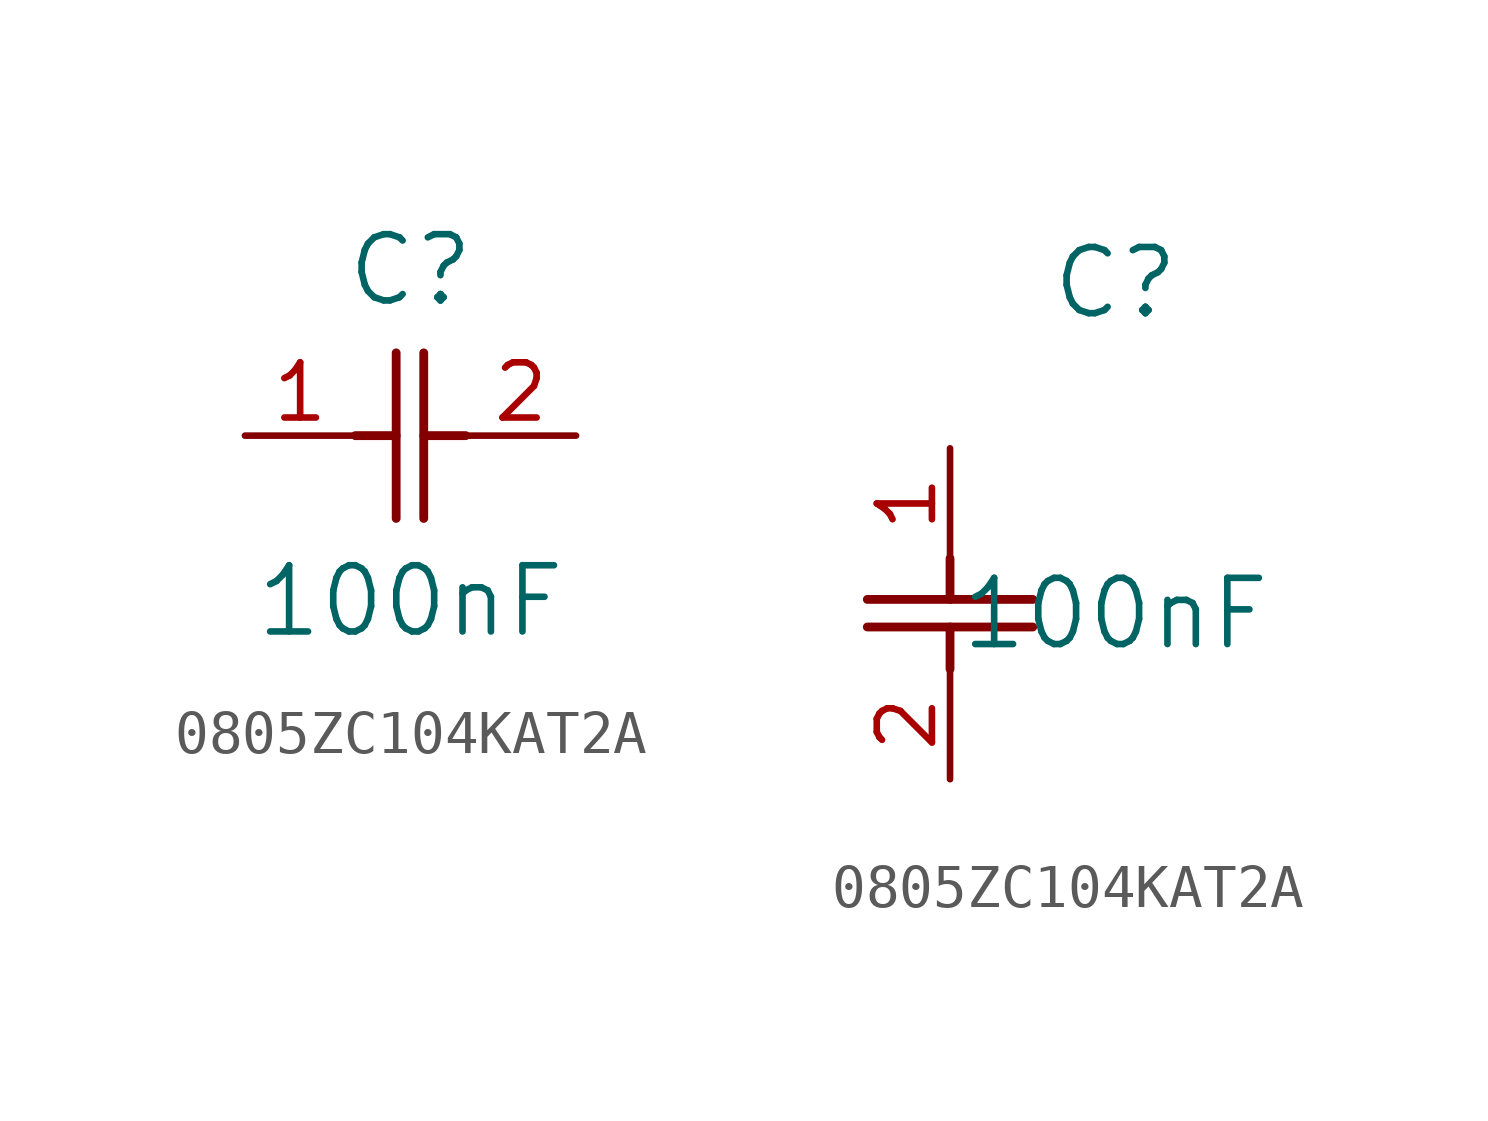
<source format=kicad_sym>
(kicad_symbol_lib
  (version 20220914)
  (generator kicad_symbol_editor)
  (symbol "0805ZC104KAT2A"
    (pin_names
      (offset 0.254))
    (property "Reference" "C"
      (at 3.81 3.81 0)
      (effects (font (size 1.524 1.524))))
    (property "Value" "100nF"
      (at 3.81 -3.81 0)
      (effects (font (size 1.524 1.524))))
    (symbol "0805ZC104KAT2A_1_1"
      (polyline (pts (xy 2.54 0) (xy 3.48 0)) (stroke (width 0.203) (type default)) (fill (type none)))
      (polyline (pts (xy 3.48 -1.905) (xy 3.48 1.905)) (stroke (width 0.203) (type default)) (fill (type none)))
      (polyline (pts (xy 4.115 -1.905) (xy 4.115 1.905)) (stroke (width 0.203) (type default)) (fill (type none)))
      (polyline (pts (xy 4.115 0) (xy 5.08 0)) (stroke (width 0.203) (type default)) (fill (type none)))
      (pin unspecified line (at 0 0 0) (length 2.54) (name "" (effects (font (size 1.27 1.27)))) (number "1" (effects (font (size 1.27 1.27)))))
      (pin unspecified line (at 7.62 0 180) (length 2.54) (name "" (effects (font (size 1.27 1.27)))) (number "2" (effects (font (size 1.27 1.27))))))
    (symbol "0805ZC104KAT2A_1_2"
      (polyline (pts (xy -1.905 -4.115) (xy 1.905 -4.115)) (stroke (width 0.203) (type default)) (fill (type none)))
      (polyline (pts (xy -1.905 -3.48) (xy 1.905 -3.48)) (stroke (width 0.203) (type default)) (fill (type none)))
      (polyline (pts (xy 0 -4.115) (xy 0 -5.08)) (stroke (width 0.203) (type default)) (fill (type none)))
      (polyline (pts (xy 0 -2.54) (xy 0 -3.48)) (stroke (width 0.203) (type default)) (fill (type none)))
      (pin unspecified line (at 0 0 270) (length 2.54) (name "" (effects (font (size 1.27 1.27)))) (number "1" (effects (font (size 1.27 1.27)))))
      (pin unspecified line (at 0 -7.62 90) (length 2.54) (name "" (effects (font (size 1.27 1.27)))) (number "2" (effects (font (size 1.27 1.27))))))))
</source>
